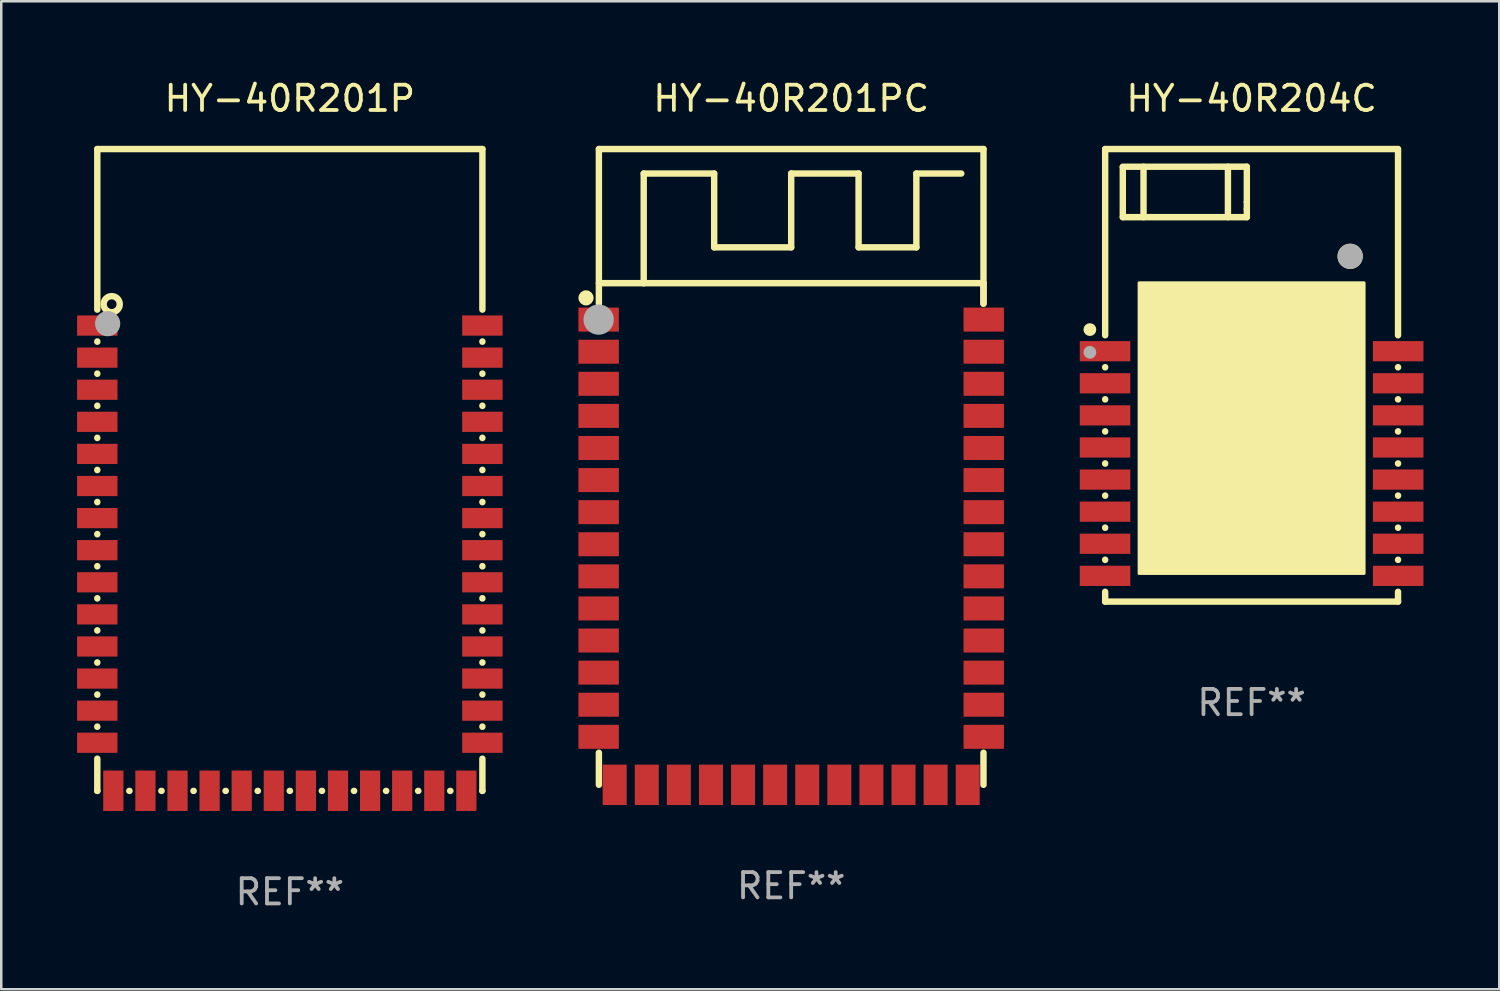
<source format=kicad_pcb>
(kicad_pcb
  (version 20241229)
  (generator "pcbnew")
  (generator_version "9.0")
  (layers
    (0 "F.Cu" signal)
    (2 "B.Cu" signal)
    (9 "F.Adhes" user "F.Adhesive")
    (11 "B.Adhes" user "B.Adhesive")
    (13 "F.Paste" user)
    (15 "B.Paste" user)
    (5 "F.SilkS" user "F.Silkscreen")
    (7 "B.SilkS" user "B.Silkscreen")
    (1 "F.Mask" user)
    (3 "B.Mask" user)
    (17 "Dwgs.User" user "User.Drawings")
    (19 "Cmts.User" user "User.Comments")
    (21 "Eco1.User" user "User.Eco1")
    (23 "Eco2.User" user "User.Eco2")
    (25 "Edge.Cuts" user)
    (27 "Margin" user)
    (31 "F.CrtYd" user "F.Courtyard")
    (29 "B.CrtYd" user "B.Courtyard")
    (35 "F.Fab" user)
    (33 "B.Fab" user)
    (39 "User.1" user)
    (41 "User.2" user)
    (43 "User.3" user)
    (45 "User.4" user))
  (footprint "HY-40R201P"
    (layer "F.Cu")
    (at 8.42 15.548)
    (property "Reference" "HY-40R201P" (at 0 -14.7 0) (layer "F.SilkS") (effects (font (size 1 1) (thickness 0.15))))
    (attr through_hole)
    (fp_line (start -7.62 -12.7) (end -7.62 -6.345) (stroke (width 0.254) (type solid)) (layer "F.SilkS"))
    (fp_line (start -7.62 -12.7) (end 7.62 -12.7) (stroke (width 0.254) (type solid)) (layer "F.SilkS"))
    (fp_line (start -7.62 -5.085) (end -7.62 -5.075) (stroke (width 0.254) (type solid)) (layer "F.SilkS"))
    (fp_line (start -7.62 -3.815) (end -7.62 -3.805) (stroke (width 0.254) (type solid)) (layer "F.SilkS"))
    (fp_line (start -7.62 -2.545) (end -7.62 -2.535) (stroke (width 0.254) (type solid)) (layer "F.SilkS"))
    (fp_line (start -7.62 -1.275) (end -7.62 -1.265) (stroke (width 0.254) (type solid)) (layer "F.SilkS"))
    (fp_line (start -7.62 -0.005) (end -7.62 0.005) (stroke (width 0.254) (type solid)) (layer "F.SilkS"))
    (fp_line (start -7.62 1.265) (end -7.62 1.275) (stroke (width 0.254) (type solid)) (layer "F.SilkS"))
    (fp_line (start -7.62 2.535) (end -7.62 2.545) (stroke (width 0.254) (type solid)) (layer "F.SilkS"))
    (fp_line (start -7.62 3.805) (end -7.62 3.815) (stroke (width 0.254) (type solid)) (layer "F.SilkS"))
    (fp_line (start -7.62 5.075) (end -7.62 5.085) (stroke (width 0.254) (type solid)) (layer "F.SilkS"))
    (fp_line (start -7.62 6.345) (end -7.62 6.355) (stroke (width 0.254) (type solid)) (layer "F.SilkS"))
    (fp_line (start -7.62 7.615) (end -7.62 7.625) (stroke (width 0.254) (type solid)) (layer "F.SilkS"))
    (fp_line (start -7.62 8.885) (end -7.62 8.895) (stroke (width 0.254) (type solid)) (layer "F.SilkS"))
    (fp_line (start -7.62 10.155) (end -7.62 10.165) (stroke (width 0.254) (type solid)) (layer "F.SilkS"))
    (fp_line (start -7.62 11.425) (end -7.62 12.7) (stroke (width 0.254) (type solid)) (layer "F.SilkS"))
    (fp_line (start -7.62 12.7) (end -7.615 12.7) (stroke (width 0.254) (type solid)) (layer "F.SilkS"))
    (fp_line (start -6.355 12.7) (end -6.345 12.7) (stroke (width 0.254) (type solid)) (layer "F.SilkS"))
    (fp_line (start -5.085 12.7) (end -5.075 12.7) (stroke (width 0.254) (type solid)) (layer "F.SilkS"))
    (fp_line (start -3.815 12.7) (end -3.805 12.7) (stroke (width 0.254) (type solid)) (layer "F.SilkS"))
    (fp_line (start -2.545 12.7) (end -2.535 12.7) (stroke (width 0.254) (type solid)) (layer "F.SilkS"))
    (fp_line (start -1.275 12.7) (end -1.265 12.7) (stroke (width 0.254) (type solid)) (layer "F.SilkS"))
    (fp_line (start -0.005 12.7) (end 0.005 12.7) (stroke (width 0.254) (type solid)) (layer "F.SilkS"))
    (fp_line (start 1.265 12.7) (end 1.275 12.7) (stroke (width 0.254) (type solid)) (layer "F.SilkS"))
    (fp_line (start 2.535 12.7) (end 2.545 12.7) (stroke (width 0.254) (type solid)) (layer "F.SilkS"))
    (fp_line (start 3.805 12.7) (end 3.815 12.7) (stroke (width 0.254) (type solid)) (layer "F.SilkS"))
    (fp_line (start 5.075 12.7) (end 5.085 12.7) (stroke (width 0.254) (type solid)) (layer "F.SilkS"))
    (fp_line (start 6.345 12.7) (end 6.355 12.7) (stroke (width 0.254) (type solid)) (layer "F.SilkS"))
    (fp_line (start 7.615 12.7) (end 7.62 12.7) (stroke (width 0.254) (type solid)) (layer "F.SilkS"))
    (fp_line (start 7.62 -12.7) (end 7.62 -6.345) (stroke (width 0.254) (type solid)) (layer "F.SilkS"))
    (fp_line (start 7.62 -5.085) (end 7.62 -5.075) (stroke (width 0.254) (type solid)) (layer "F.SilkS"))
    (fp_line (start 7.62 -3.815) (end 7.62 -3.805) (stroke (width 0.254) (type solid)) (layer "F.SilkS"))
    (fp_line (start 7.62 -2.545) (end 7.62 -2.535) (stroke (width 0.254) (type solid)) (layer "F.SilkS"))
    (fp_line (start 7.62 -1.275) (end 7.62 -1.265) (stroke (width 0.254) (type solid)) (layer "F.SilkS"))
    (fp_line (start 7.62 -0.005) (end 7.62 0.005) (stroke (width 0.254) (type solid)) (layer "F.SilkS"))
    (fp_line (start 7.62 1.265) (end 7.62 1.275) (stroke (width 0.254) (type solid)) (layer "F.SilkS"))
    (fp_line (start 7.62 2.535) (end 7.62 2.545) (stroke (width 0.254) (type solid)) (layer "F.SilkS"))
    (fp_line (start 7.62 3.805) (end 7.62 3.815) (stroke (width 0.254) (type solid)) (layer "F.SilkS"))
    (fp_line (start 7.62 5.075) (end 7.62 5.085) (stroke (width 0.254) (type solid)) (layer "F.SilkS"))
    (fp_line (start 7.62 6.345) (end 7.62 6.355) (stroke (width 0.254) (type solid)) (layer "F.SilkS"))
    (fp_line (start 7.62 7.615) (end 7.62 7.625) (stroke (width 0.254) (type solid)) (layer "F.SilkS"))
    (fp_line (start 7.62 8.885) (end 7.62 8.895) (stroke (width 0.254) (type solid)) (layer "F.SilkS"))
    (fp_line (start 7.62 10.155) (end 7.62 10.165) (stroke (width 0.254) (type solid)) (layer "F.SilkS"))
    (fp_line (start 7.62 11.425) (end 7.62 12.7) (stroke (width 0.254) (type solid)) (layer "F.SilkS"))
    (fp_circle (center -7.61 -12.47) (end -7.58 -12.47) (stroke (width 0.06) (type solid)) (fill no) (layer "F.SilkS"))
    (fp_circle (center -7.05 -6.56) (end -6.731 -6.56) (stroke (width 0.254) (type solid)) (fill no) (layer "F.SilkS"))
    (fp_circle (center -7.21 -5.79) (end -6.96 -5.79) (stroke (width 0.5) (type solid)) (fill no) (layer "F.Fab"))
    (fp_text user "REF**" (at 0 16.7 0) (layer "F.Fab") (effects (font (size 1 1) (thickness 0.15))))
    (pad "1" smd rect (at -7.62 -5.715 180) (size 1.6 0.8) (layers "F.Cu" "F.Mask" "F.Paste"))
    (pad "2" smd rect (at -7.62 -4.445 180) (size 1.6 0.8) (layers "F.Cu" "F.Mask" "F.Paste"))
    (pad "3" smd rect (at -7.62 -3.175 180) (size 1.6 0.8) (layers "F.Cu" "F.Mask" "F.Paste"))
    (pad "4" smd rect (at -7.62 -1.905 180) (size 1.6 0.8) (layers "F.Cu" "F.Mask" "F.Paste"))
    (pad "5" smd rect (at -7.62 -0.635 180) (size 1.6 0.8) (layers "F.Cu" "F.Mask" "F.Paste"))
    (pad "6" smd rect (at -7.62 0.635 180) (size 1.6 0.8) (layers "F.Cu" "F.Mask" "F.Paste"))
    (pad "7" smd rect (at -7.62 1.905 180) (size 1.6 0.8) (layers "F.Cu" "F.Mask" "F.Paste"))
    (pad "8" smd rect (at -7.62 3.175 180) (size 1.6 0.8) (layers "F.Cu" "F.Mask" "F.Paste"))
    (pad "9" smd rect (at -7.62 4.445 180) (size 1.6 0.8) (layers "F.Cu" "F.Mask" "F.Paste"))
    (pad "10" smd rect (at -7.62 5.715 180) (size 1.6 0.8) (layers "F.Cu" "F.Mask" "F.Paste"))
    (pad "11" smd rect (at -7.62 6.985 180) (size 1.6 0.8) (layers "F.Cu" "F.Mask" "F.Paste"))
    (pad "12" smd rect (at -7.62 8.255 180) (size 1.6 0.8) (layers "F.Cu" "F.Mask" "F.Paste"))
    (pad "13" smd rect (at -7.62 9.525 180) (size 1.6 0.8) (layers "F.Cu" "F.Mask" "F.Paste"))
    (pad "14" smd rect (at -7.62 10.795 180) (size 1.6 0.8) (layers "F.Cu" "F.Mask" "F.Paste"))
    (pad "15" smd rect (at -6.985 12.695 90) (size 1.6 0.8) (layers "F.Cu" "F.Mask" "F.Paste"))
    (pad "16" smd rect (at -5.715 12.695 90) (size 1.6 0.8) (layers "F.Cu" "F.Mask" "F.Paste"))
    (pad "17" smd rect (at -4.445 12.695 90) (size 1.6 0.8) (layers "F.Cu" "F.Mask" "F.Paste"))
    (pad "18" smd rect (at -3.175 12.695 90) (size 1.6 0.8) (layers "F.Cu" "F.Mask" "F.Paste"))
    (pad "19" smd rect (at -1.905 12.695 90) (size 1.6 0.8) (layers "F.Cu" "F.Mask" "F.Paste"))
    (pad "20" smd rect (at -0.635 12.695 90) (size 1.6 0.8) (layers "F.Cu" "F.Mask" "F.Paste"))
    (pad "21" smd rect (at 0.635 12.695 90) (size 1.6 0.8) (layers "F.Cu" "F.Mask" "F.Paste"))
    (pad "22" smd rect (at 1.905 12.695 90) (size 1.6 0.8) (layers "F.Cu" "F.Mask" "F.Paste"))
    (pad "23" smd rect (at 3.175 12.695 90) (size 1.6 0.8) (layers "F.Cu" "F.Mask" "F.Paste"))
    (pad "24" smd rect (at 4.445 12.695 90) (size 1.6 0.8) (layers "F.Cu" "F.Mask" "F.Paste"))
    (pad "25" smd rect (at 5.715 12.695 90) (size 1.6 0.8) (layers "F.Cu" "F.Mask" "F.Paste"))
    (pad "26" smd rect (at 6.985 12.695 90) (size 1.6 0.8) (layers "F.Cu" "F.Mask" "F.Paste"))
    (pad "27" smd rect (at 7.62 10.795 180) (size 1.6 0.8) (layers "F.Cu" "F.Mask" "F.Paste"))
    (pad "28" smd rect (at 7.62 9.525 180) (size 1.6 0.8) (layers "F.Cu" "F.Mask" "F.Paste"))
    (pad "29" smd rect (at 7.62 8.255 180) (size 1.6 0.8) (layers "F.Cu" "F.Mask" "F.Paste"))
    (pad "30" smd rect (at 7.62 6.985 180) (size 1.6 0.8) (layers "F.Cu" "F.Mask" "F.Paste"))
    (pad "31" smd rect (at 7.62 5.715 180) (size 1.6 0.8) (layers "F.Cu" "F.Mask" "F.Paste"))
    (pad "32" smd rect (at 7.62 4.445 180) (size 1.6 0.8) (layers "F.Cu" "F.Mask" "F.Paste"))
    (pad "33" smd rect (at 7.62 3.175 180) (size 1.6 0.8) (layers "F.Cu" "F.Mask" "F.Paste"))
    (pad "34" smd rect (at 7.62 1.905 180) (size 1.6 0.8) (layers "F.Cu" "F.Mask" "F.Paste"))
    (pad "35" smd rect (at 7.62 0.635 180) (size 1.6 0.8) (layers "F.Cu" "F.Mask" "F.Paste"))
    (pad "36" smd rect (at 7.62 -0.635 180) (size 1.6 0.8) (layers "F.Cu" "F.Mask" "F.Paste"))
    (pad "37" smd rect (at 7.62 -1.905 180) (size 1.6 0.8) (layers "F.Cu" "F.Mask" "F.Paste"))
    (pad "38" smd rect (at 7.62 -3.175 180) (size 1.6 0.8) (layers "F.Cu" "F.Mask" "F.Paste"))
    (pad "39" smd rect (at 7.62 -4.445 180) (size 1.6 0.8) (layers "F.Cu" "F.Mask" "F.Paste"))
    (pad "40" smd rect (at 7.62 -5.715 180) (size 1.6 0.8) (layers "F.Cu" "F.Mask" "F.Paste")))
  (footprint "HY-40R204C"
    (layer "F.Cu")
    (at 46.48 11.803)
    (property "Reference" "HY-40R204C" (at 0 -10.955 0) (layer "F.SilkS") (effects (font (size 1 1) (thickness 0.15))))
    (attr through_hole)
    (fp_line (start -5.795 -8.955) (end 5.787 -8.955) (stroke (width 0.254) (type solid)) (layer "F.SilkS"))
    (fp_line (start -5.795 -1.586) (end -5.795 -8.955) (stroke (width 0.254) (type solid)) (layer "F.SilkS"))
    (fp_line (start -5.795 -0.316) (end -5.795 -0.324) (stroke (width 0.254) (type solid)) (layer "F.SilkS"))
    (fp_line (start -5.795 0.954) (end -5.795 0.946) (stroke (width 0.254) (type solid)) (layer "F.SilkS"))
    (fp_line (start -5.795 2.224) (end -5.795 2.216) (stroke (width 0.254) (type solid)) (layer "F.SilkS"))
    (fp_line (start -5.795 3.494) (end -5.795 3.486) (stroke (width 0.254) (type solid)) (layer "F.SilkS"))
    (fp_line (start -5.795 4.764) (end -5.795 4.756) (stroke (width 0.254) (type solid)) (layer "F.SilkS"))
    (fp_line (start -5.795 6.034) (end -5.795 6.026) (stroke (width 0.254) (type solid)) (layer "F.SilkS"))
    (fp_line (start -5.795 7.304) (end -5.795 7.296) (stroke (width 0.254) (type solid)) (layer "F.SilkS"))
    (fp_line (start -5.795 8.955) (end -5.795 8.566) (stroke (width 0.254) (type solid)) (layer "F.SilkS"))
    (fp_line (start -5.1 -8.255) (end -0.189 -8.256) (stroke (width 0.254) (type solid)) (layer "F.SilkS"))
    (fp_line (start -5.097 -6.259) (end -5.097 -8.228) (stroke (width 0.254) (type solid)) (layer "F.SilkS"))
    (fp_line (start -4.277 -8.255) (end -4.277 -6.259) (stroke (width 0.254) (type solid)) (layer "F.SilkS"))
    (fp_line (start -0.937 -8.255) (end -0.937 -6.259) (stroke (width 0.254) (type solid)) (layer "F.SilkS"))
    (fp_line (start -0.189 -8.256) (end -0.189 -6.859) (stroke (width 0.254) (type solid)) (layer "F.SilkS"))
    (fp_line (start -0.189 -6.859) (end -0.189 -6.587) (stroke (width 0.254) (type solid)) (layer "F.SilkS"))
    (fp_line (start -0.189 -6.587) (end -0.189 -6.259) (stroke (width 0.254) (type solid)) (layer "F.SilkS"))
    (fp_line (start -0.189 -6.259) (end -5.097 -6.259) (stroke (width 0.254) (type solid)) (layer "F.SilkS"))
    (fp_line (start 5.795 -8.955) (end 5.795 -1.586) (stroke (width 0.254) (type solid)) (layer "F.SilkS"))
    (fp_line (start 5.795 -0.324) (end 5.795 -0.316) (stroke (width 0.254) (type solid)) (layer "F.SilkS"))
    (fp_line (start 5.795 0.946) (end 5.795 0.954) (stroke (width 0.254) (type solid)) (layer "F.SilkS"))
    (fp_line (start 5.795 2.216) (end 5.795 2.224) (stroke (width 0.254) (type solid)) (layer "F.SilkS"))
    (fp_line (start 5.795 3.486) (end 5.795 3.494) (stroke (width 0.254) (type solid)) (layer "F.SilkS"))
    (fp_line (start 5.795 4.756) (end 5.795 4.764) (stroke (width 0.254) (type solid)) (layer "F.SilkS"))
    (fp_line (start 5.795 6.026) (end 5.795 6.034) (stroke (width 0.254) (type solid)) (layer "F.SilkS"))
    (fp_line (start 5.795 7.296) (end 5.795 7.304) (stroke (width 0.254) (type solid)) (layer "F.SilkS"))
    (fp_line (start 5.795 8.566) (end 5.795 8.955) (stroke (width 0.254) (type solid)) (layer "F.SilkS"))
    (fp_line (start 5.795 8.955) (end -5.795 8.955) (stroke (width 0.254) (type solid)) (layer "F.SilkS"))
    (fp_circle (center -6.4 -1.81) (end -6.273 -1.81) (stroke (width 0.254) (type solid)) (fill no) (layer "F.SilkS"))
    (fp_circle (center -5.795 -8.955) (end -5.765 -8.955) (stroke (width 0.06) (type solid)) (fill no) (layer "F.SilkS"))
    (fp_circle (center 3.9 -4.71) (end 4.15 -4.71) (stroke (width 0.5) (type solid)) (fill no) (layer "F.SilkS"))
    (fp_poly (pts (xy -4.45 -3.66) (xy 4.45 -3.66) (xy 4.45 7.84) (xy -4.45 7.84)) (stroke (width 0.12) (type solid)) (fill yes) (layer "F.SilkS"))
    (fp_circle (center -6.4 -0.91) (end -6.273 -0.91) (stroke (width 0.254) (type solid)) (fill no) (layer "F.Fab"))
    (fp_circle (center 3.9 -4.71) (end 4.15 -4.71) (stroke (width 0.5) (type solid)) (fill no) (layer "F.Fab"))
    (fp_text user "REF**" (at 0 12.955 0) (layer "F.Fab") (effects (font (size 1 1) (thickness 0.15))))
    (pad "1" smd rect (at -5.8 -0.955) (size 2 0.8) (layers "F.Cu" "F.Mask" "F.Paste"))
    (pad "2" smd rect (at -5.8 0.315) (size 2 0.8) (layers "F.Cu" "F.Mask" "F.Paste"))
    (pad "3" smd rect (at -5.8 1.585) (size 2 0.8) (layers "F.Cu" "F.Mask" "F.Paste"))
    (pad "4" smd rect (at -5.8 2.855) (size 2 0.8) (layers "F.Cu" "F.Mask" "F.Paste"))
    (pad "5" smd rect (at -5.8 4.125) (size 2 0.8) (layers "F.Cu" "F.Mask" "F.Paste"))
    (pad "6" smd rect (at -5.8 5.395) (size 2 0.8) (layers "F.Cu" "F.Mask" "F.Paste"))
    (pad "7" smd rect (at -5.8 6.665) (size 2 0.8) (layers "F.Cu" "F.Mask" "F.Paste"))
    (pad "8" smd rect (at -5.8 7.935) (size 2 0.8) (layers "F.Cu" "F.Mask" "F.Paste"))
    (pad "9" smd rect (at 5.8 7.935) (size 2 0.8) (layers "F.Cu" "F.Mask" "F.Paste"))
    (pad "10" smd rect (at 5.8 6.665) (size 2 0.8) (layers "F.Cu" "F.Mask" "F.Paste"))
    (pad "11" smd rect (at 5.8 5.395) (size 2 0.8) (layers "F.Cu" "F.Mask" "F.Paste"))
    (pad "12" smd rect (at 5.8 4.125) (size 2 0.8) (layers "F.Cu" "F.Mask" "F.Paste"))
    (pad "13" smd rect (at 5.8 2.855) (size 2 0.8) (layers "F.Cu" "F.Mask" "F.Paste"))
    (pad "14" smd rect (at 5.8 1.585) (size 2 0.8) (layers "F.Cu" "F.Mask" "F.Paste"))
    (pad "15" smd rect (at 5.8 0.315) (size 2 0.8) (layers "F.Cu" "F.Mask" "F.Paste"))
    (pad "16" smd rect (at 5.8 -0.955) (size 2 0.8) (layers "F.Cu" "F.Mask" "F.Paste")))
  (footprint "HY-40R201PC"
    (layer "F.Cu")
    (at 28.26 15.428)
    (property "Reference" "HY-40R201PC" (at 0 -14.58 0) (layer "F.SilkS") (effects (font (size 1 1) (thickness 0.15))))
    (attr through_hole)
    (fp_line (start -7.61 -12.58) (end 7.61 -12.58) (stroke (width 0.254) (type solid)) (layer "F.SilkS"))
    (fp_line (start -7.61 -6.46) (end -7.61 -12.58) (stroke (width 0.254) (type solid)) (layer "F.SilkS"))
    (fp_line (start -7.61 12.58) (end -7.61 11.31) (stroke (width 0.254) (type solid)) (layer "F.SilkS"))
    (fp_line (start -5.836 -11.611) (end -3.048 -11.611) (stroke (width 0.254) (type solid)) (layer "F.SilkS"))
    (fp_line (start -5.836 -7.272) (end -7.61 -7.272) (stroke (width 0.254) (type solid)) (layer "F.SilkS"))
    (fp_line (start -5.836 -7.272) (end -5.836 -11.611) (stroke (width 0.254) (type solid)) (layer "F.SilkS"))
    (fp_line (start -5.836 -7.272) (end 7.61 -7.272) (stroke (width 0.254) (type solid)) (layer "F.SilkS"))
    (fp_line (start -3.048 -11.611) (end -3.048 -8.69) (stroke (width 0.254) (type solid)) (layer "F.SilkS"))
    (fp_line (start -3.048 -8.69) (end 0 -8.69) (stroke (width 0.254) (type solid)) (layer "F.SilkS"))
    (fp_line (start 0 -11.611) (end 2.667 -11.611) (stroke (width 0.254) (type solid)) (layer "F.SilkS"))
    (fp_line (start 0 -8.69) (end 0 -11.611) (stroke (width 0.254) (type solid)) (layer "F.SilkS"))
    (fp_line (start 2.667 -11.611) (end 2.667 -8.69) (stroke (width 0.254) (type solid)) (layer "F.SilkS"))
    (fp_line (start 2.667 -8.69) (end 4.953 -8.69) (stroke (width 0.254) (type solid)) (layer "F.SilkS"))
    (fp_line (start 4.953 -11.611) (end 6.731 -11.611) (stroke (width 0.254) (type solid)) (layer "F.SilkS"))
    (fp_line (start 4.953 -8.69) (end 4.953 -11.611) (stroke (width 0.254) (type solid)) (layer "F.SilkS"))
    (fp_line (start 7.61 -12.58) (end 7.61 -6.46) (stroke (width 0.254) (type solid)) (layer "F.SilkS"))
    (fp_line (start 7.61 -7.282) (end 7.61 -6.46) (stroke (width 0.254) (type solid)) (layer "F.SilkS"))
    (fp_line (start 7.61 11.31) (end 7.61 12.58) (stroke (width 0.254) (type solid)) (layer "F.SilkS"))
    (fp_circle (center -8.12 -6.69) (end -7.97 -6.69) (stroke (width 0.3) (type solid)) (fill no) (layer "F.SilkS"))
    (fp_circle (center -7.61 -12.58) (end -7.58 -12.58) (stroke (width 0.06) (type solid)) (fill no) (layer "F.SilkS"))
    (fp_circle (center -7.62 -5.83) (end -7.32 -5.83) (stroke (width 0.6) (type solid)) (fill no) (layer "F.Fab"))
    (fp_text user "REF**" (at 0 16.58 0) (layer "F.Fab") (effects (font (size 1 1) (thickness 0.15))))
    (pad "1" smd rect (at -7.62 -5.83) (size 1.6 0.95) (layers "F.Cu" "F.Mask" "F.Paste"))
    (pad "2" smd rect (at -7.62 -4.56) (size 1.6 0.95) (layers "F.Cu" "F.Mask" "F.Paste"))
    (pad "3" smd rect (at -7.62 -3.29) (size 1.6 0.95) (layers "F.Cu" "F.Mask" "F.Paste"))
    (pad "4" smd rect (at -7.62 -2.02) (size 1.6 0.95) (layers "F.Cu" "F.Mask" "F.Paste"))
    (pad "5" smd rect (at -7.62 -0.75) (size 1.6 0.95) (layers "F.Cu" "F.Mask" "F.Paste"))
    (pad "6" smd rect (at -7.62 0.52) (size 1.6 0.95) (layers "F.Cu" "F.Mask" "F.Paste"))
    (pad "7" smd rect (at -7.62 1.79) (size 1.6 0.95) (layers "F.Cu" "F.Mask" "F.Paste"))
    (pad "8" smd rect (at -7.62 3.06) (size 1.6 0.95) (layers "F.Cu" "F.Mask" "F.Paste"))
    (pad "9" smd rect (at -7.62 4.33) (size 1.6 0.95) (layers "F.Cu" "F.Mask" "F.Paste"))
    (pad "10" smd rect (at -7.62 5.6) (size 1.6 0.95) (layers "F.Cu" "F.Mask" "F.Paste"))
    (pad "11" smd rect (at -7.62 6.87) (size 1.6 0.95) (layers "F.Cu" "F.Mask" "F.Paste"))
    (pad "12" smd rect (at -7.62 8.14) (size 1.6 0.95) (layers "F.Cu" "F.Mask" "F.Paste"))
    (pad "13" smd rect (at -7.62 9.41) (size 1.6 0.95) (layers "F.Cu" "F.Mask" "F.Paste"))
    (pad "14" smd rect (at -7.62 10.68) (size 1.6 0.95) (layers "F.Cu" "F.Mask" "F.Paste"))
    (pad "15" smd rect (at -6.985 12.58) (size 0.95 1.6) (layers "F.Cu" "F.Mask" "F.Paste"))
    (pad "16" smd rect (at -5.715 12.58) (size 0.95 1.6) (layers "F.Cu" "F.Mask" "F.Paste"))
    (pad "17" smd rect (at -4.445 12.58) (size 0.95 1.6) (layers "F.Cu" "F.Mask" "F.Paste"))
    (pad "18" smd rect (at -3.175 12.58) (size 0.95 1.6) (layers "F.Cu" "F.Mask" "F.Paste"))
    (pad "19" smd rect (at -1.905 12.58) (size 0.95 1.6) (layers "F.Cu" "F.Mask" "F.Paste"))
    (pad "20" smd rect (at -0.635 12.58) (size 0.95 1.6) (layers "F.Cu" "F.Mask" "F.Paste"))
    (pad "21" smd rect (at 0.635 12.58) (size 0.95 1.6) (layers "F.Cu" "F.Mask" "F.Paste"))
    (pad "22" smd rect (at 1.905 12.58) (size 0.95 1.6) (layers "F.Cu" "F.Mask" "F.Paste"))
    (pad "23" smd rect (at 3.175 12.58) (size 0.95 1.6) (layers "F.Cu" "F.Mask" "F.Paste"))
    (pad "24" smd rect (at 4.445 12.58) (size 0.95 1.6) (layers "F.Cu" "F.Mask" "F.Paste"))
    (pad "25" smd rect (at 5.715 12.58) (size 0.95 1.6) (layers "F.Cu" "F.Mask" "F.Paste"))
    (pad "26" smd rect (at 6.985 12.58) (size 0.95 1.6) (layers "F.Cu" "F.Mask" "F.Paste"))
    (pad "27" smd rect (at 7.62 10.68) (size 1.6 0.95) (layers "F.Cu" "F.Mask" "F.Paste"))
    (pad "28" smd rect (at 7.62 9.41) (size 1.6 0.95) (layers "F.Cu" "F.Mask" "F.Paste"))
    (pad "29" smd rect (at 7.62 8.14) (size 1.6 0.95) (layers "F.Cu" "F.Mask" "F.Paste"))
    (pad "30" smd rect (at 7.62 6.87) (size 1.6 0.95) (layers "F.Cu" "F.Mask" "F.Paste"))
    (pad "31" smd rect (at 7.62 5.6) (size 1.6 0.95) (layers "F.Cu" "F.Mask" "F.Paste"))
    (pad "32" smd rect (at 7.62 4.33) (size 1.6 0.95) (layers "F.Cu" "F.Mask" "F.Paste"))
    (pad "33" smd rect (at 7.62 3.06) (size 1.6 0.95) (layers "F.Cu" "F.Mask" "F.Paste"))
    (pad "34" smd rect (at 7.62 1.79) (size 1.6 0.95) (layers "F.Cu" "F.Mask" "F.Paste"))
    (pad "35" smd rect (at 7.62 0.52) (size 1.6 0.95) (layers "F.Cu" "F.Mask" "F.Paste"))
    (pad "36" smd rect (at 7.62 -0.75) (size 1.6 0.95) (layers "F.Cu" "F.Mask" "F.Paste"))
    (pad "37" smd rect (at 7.62 -2.02) (size 1.6 0.95) (layers "F.Cu" "F.Mask" "F.Paste"))
    (pad "38" smd rect (at 7.62 -3.29) (size 1.6 0.95) (layers "F.Cu" "F.Mask" "F.Paste"))
    (pad "39" smd rect (at 7.62 -4.56) (size 1.6 0.95) (layers "F.Cu" "F.Mask" "F.Paste"))
    (pad "40" smd rect (at 7.62 -5.83) (size 1.6 0.95) (layers "F.Cu" "F.Mask" "F.Paste")))
  (gr_rect
    (start -3 -3)
    (end 56.28 36.097)
    (stroke (width 0.1) (type default))
    (fill no)
    (layer "Edge.Cuts")))
</source>
